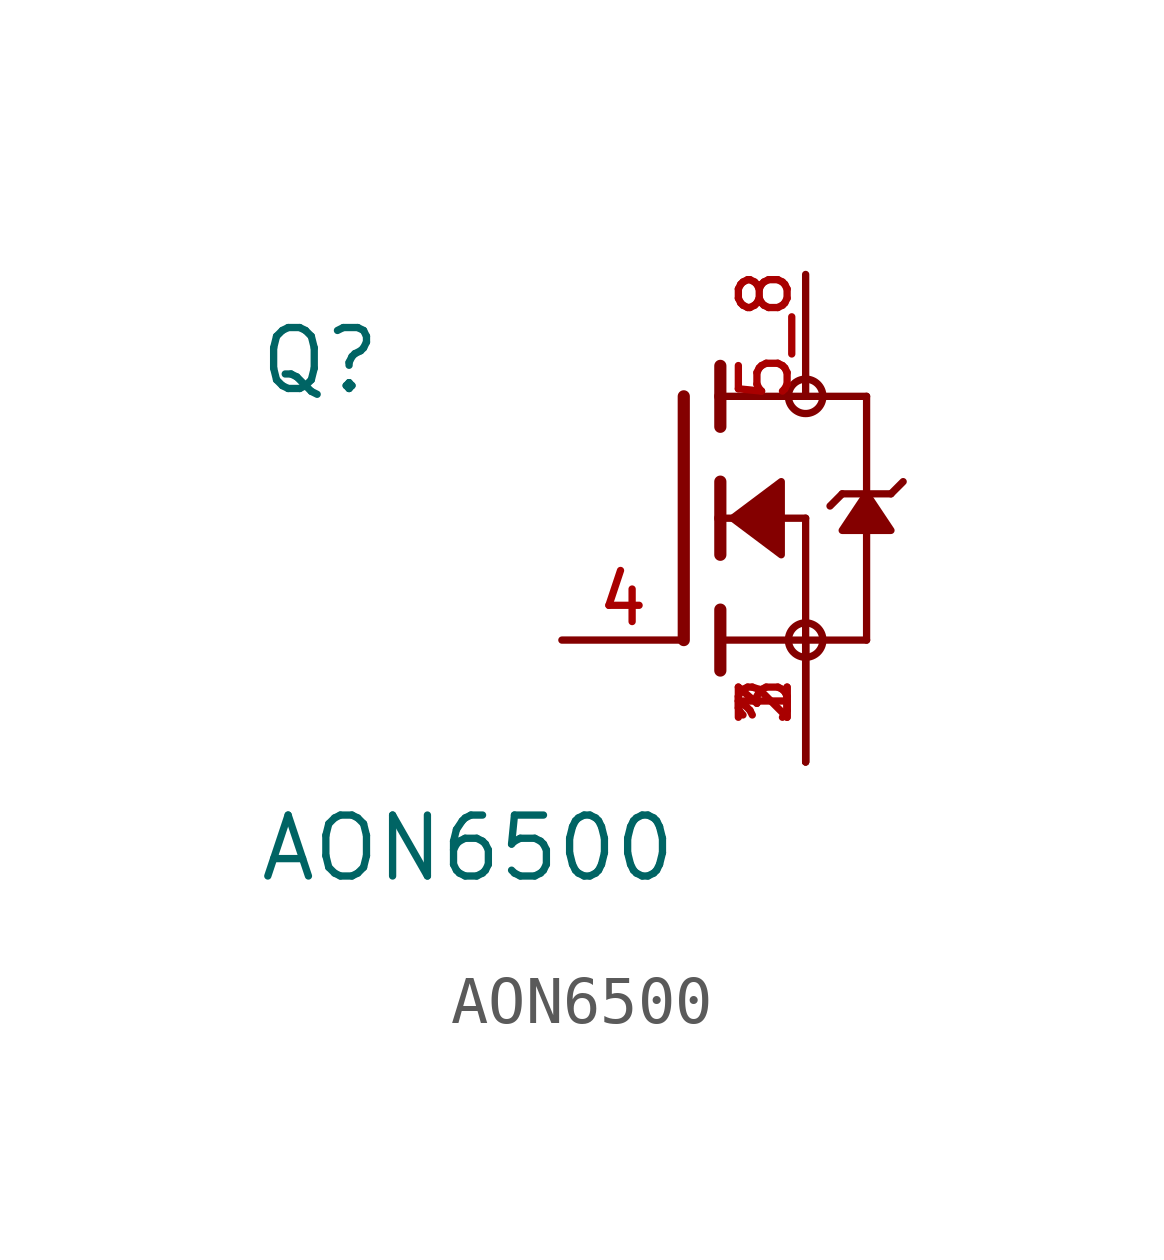
<source format=kicad_sym>
(kicad_symbol_lib
  (version 20211014)
  (generator kicad_symbol_editor)
  (symbol "AON6500"
    (pin_names
      (offset 1.016))
    (property "Reference" "Q"
      (at -8.89 2.54 0)
      (effects (font (size 1.27 1.27)) (justify bottom left)))
    (property "Value" "AON6500"
      (at -8.89 -7.62 0)
      (effects (font (size 1.27 1.27)) (justify bottom left)))
    (symbol "AON6500_0_0"
      (polyline (pts (xy 0.762 0.762) (xy 0.762 0.0)) (stroke (width 0.254)))
      (polyline (pts (xy 0.762 0.0) (xy 0.762 -0.762)) (stroke (width 0.254)))
      (polyline (pts (xy 0.762 3.175) (xy 0.762 2.54)) (stroke (width 0.254)))
      (polyline (pts (xy 0.762 2.54) (xy 0.762 1.905)) (stroke (width 0.254)))
      (polyline (pts (xy 0.762 0.0) (xy 2.54 0.0)) (stroke (width 0.152)))
      (polyline (pts (xy 2.54 0.0) (xy 2.54 -2.54)) (stroke (width 0.152)))
      (polyline (pts (xy 0.762 -1.905) (xy 0.762 -3.175)) (stroke (width 0.254)))
      (polyline (pts (xy 0.0 2.54) (xy 0.0 -2.54)) (stroke (width 0.254)))
      (polyline (pts (xy 3.81 -2.54) (xy 0.762 -2.54)) (stroke (width 0.152)))
      (polyline (pts (xy 3.81 2.54) (xy 3.81 0.508)) (stroke (width 0.152)))
      (polyline (pts (xy 3.81 0.508) (xy 3.81 -2.54)) (stroke (width 0.152)))
      (polyline (pts (xy 0.762 2.54) (xy 3.81 2.54)) (stroke (width 0.152)))
      (polyline (pts (xy 4.572 0.762) (xy 4.318 0.508)) (stroke (width 0.152)))
      (polyline (pts (xy 4.318 0.508) (xy 3.81 0.508)) (stroke (width 0.152)))
      (polyline (pts (xy 3.81 0.508) (xy 3.302 0.508)) (stroke (width 0.152)))
      (polyline (pts (xy 3.302 0.508) (xy 3.048 0.254)) (stroke (width 0.152)))
      (circle (center 2.54 -2.54) (radius 0.359) (stroke (width 0.0)) (fill (type none)))
      (circle (center 2.54 2.54) (radius 0.359) (stroke (width 0.0)) (fill (type none)))
      (polyline (pts (xy 3.81 0.508) (xy 3.302 -0.254) (xy 4.318 -0.254) (xy 3.81 0.508)) (stroke (width 0.152)) (fill (type outline)))
      (polyline (pts (xy 1.016 0.0) (xy 2.032 0.762) (xy 2.032 -0.762) (xy 1.016 0.0)) (stroke (width 0.152)) (fill (type outline)))
      (pin passive line (at 2.54 -5.08 90.0) (length 2.54) (name "~" (effects (font (size 1.016 1.016)))) (number "1" (effects (font (size 1.016 1.016)))))
      (pin passive line (at -2.54 -2.54 0) (length 2.54) (name "~" (effects (font (size 1.016 1.016)))) (number "4" (effects (font (size 1.016 1.016)))))
      (pin passive line (at 2.54 5.08 270.0) (length 2.54) (name "~" (effects (font (size 1.016 1.016)))) (number "5_8" (effects (font (size 1.016 1.016)))))
      (pin passive line (at 2.54 -5.08 90.0) (length 2.54) (name "~" (effects (font (size 1.016 1.016)))) (number "2" (effects (font (size 1.016 1.016)))))
      (pin passive line (at 2.54 -5.08 90.0) (length 2.54) (name "~" (effects (font (size 1.016 1.016)))) (number "3" (effects (font (size 1.016 1.016))))))))
</source>
